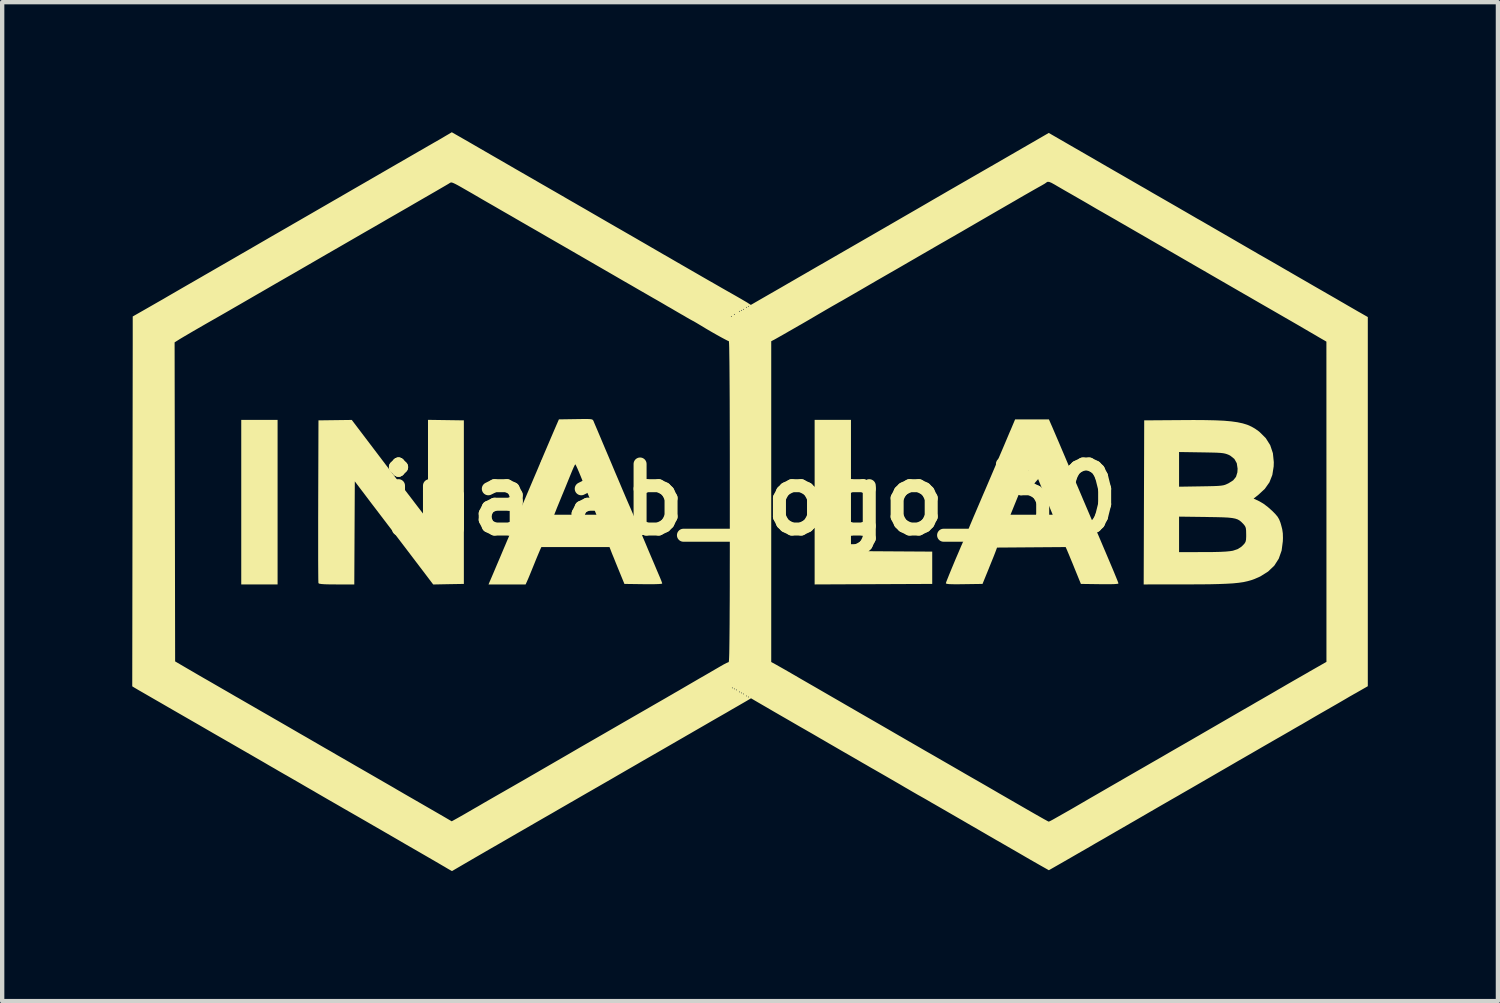
<source format=kicad_pcb>
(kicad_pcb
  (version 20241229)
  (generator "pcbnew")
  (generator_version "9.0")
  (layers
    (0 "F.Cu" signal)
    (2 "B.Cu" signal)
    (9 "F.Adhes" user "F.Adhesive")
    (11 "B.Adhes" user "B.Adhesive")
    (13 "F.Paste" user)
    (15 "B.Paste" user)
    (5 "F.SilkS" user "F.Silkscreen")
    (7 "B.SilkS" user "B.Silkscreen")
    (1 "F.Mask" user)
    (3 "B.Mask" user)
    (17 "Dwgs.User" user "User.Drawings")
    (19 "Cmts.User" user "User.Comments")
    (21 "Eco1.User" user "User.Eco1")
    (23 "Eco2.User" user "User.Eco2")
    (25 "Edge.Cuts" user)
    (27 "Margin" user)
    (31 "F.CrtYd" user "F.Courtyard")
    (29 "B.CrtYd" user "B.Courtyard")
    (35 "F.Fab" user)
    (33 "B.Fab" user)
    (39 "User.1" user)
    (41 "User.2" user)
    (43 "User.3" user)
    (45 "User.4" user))
  (footprint "inalab_logo_30"
    (layer "F.Cu")
    (at 14.248 8.473)
    (property "Reference" "inalab_logo_30" (at 0 0 0) (layer "F.SilkS") (effects (font (size 1.5 1.5) (thickness 0.3))))
    (attr board_only exclude_from_pos_files exclude_from_bom)
    (fp_poly (pts (xy -10.896 0.058) (xy -10.896 1.956) (xy -11.315 1.956) (xy -11.734 1.956) (xy -11.734 0.058) (xy -11.734 -1.839) (xy -11.315 -1.839) (xy -10.896 -1.839)) (stroke (width 0) (type solid)) (fill yes) (layer "F.SilkS"))
    (fp_poly (pts (xy 2.328 -0.326) (xy 2.328 1.187) (xy 3.265 1.193) (xy 4.202 1.199) (xy 4.202 1.571) (xy 4.202 1.944) (xy 2.846 1.95) (xy 1.49 1.956) (xy 1.49 0.058) (xy 1.49 -1.839) (xy 1.909 -1.839) (xy 2.328 -1.839)) (stroke (width 0) (type solid)) (fill yes) (layer "F.SilkS"))
    (fp_poly (pts (xy -7.014 -1.834) (xy -6.6 -1.828) (xy -6.6 0.058) (xy -6.6 1.944) (xy -6.954 1.95) (xy -7.307 1.957) (xy -7.506 1.694) (xy -7.704 1.434) (xy -7.918 1.152) (xy -8.137 0.865) (xy -8.35 0.586) (xy -8.532 0.347) (xy -8.63 0.218) (xy -8.732 0.085) (xy -8.828 -0.042) (xy -8.91 -0.151) (xy -8.96 -0.216) (xy -9.115 -0.421) (xy -9.121 0.767) (xy -9.127 1.956) (xy -9.535 1.956) (xy -9.693 1.955) (xy -9.809 1.952) (xy -9.888 1.946) (xy -9.935 1.938) (xy -9.953 1.927) (xy -9.954 1.927) (xy -9.955 1.899) (xy -9.957 1.829) (xy -9.958 1.719) (xy -9.959 1.573) (xy -9.96 1.395) (xy -9.96 1.189) (xy -9.96 0.957) (xy -9.96 0.703) (xy -9.96 0.431) (xy -9.959 0.145) (xy -9.959 0.035) (xy -9.953 -1.828) (xy -9.569 -1.833) (xy -9.185 -1.838) (xy -8.486 -0.917) (xy -8.341 -0.726) (xy -8.199 -0.539) (xy -8.063 -0.36) (xy -7.937 -0.194) (xy -7.824 -0.047) (xy -7.729 0.078) (xy -7.655 0.175) (xy -7.607 0.237) (xy -7.427 0.471) (xy -7.427 -0.685) (xy -7.427 -1.84)) (stroke (width 0) (type solid)) (fill yes) (layer "F.SilkS"))
    (fp_poly (pts (xy 6.949 -1.723) (xy 6.972 -1.671) (xy 7.01 -1.582) (xy 7.061 -1.463) (xy 7.123 -1.319) (xy 7.192 -1.156) (xy 7.267 -0.98) (xy 7.322 -0.85) (xy 7.433 -0.589) (xy 7.528 -0.365) (xy 7.611 -0.171) (xy 7.682 -0.003) (xy 7.746 0.147) (xy 7.804 0.283) (xy 7.859 0.412) (xy 7.914 0.541) (xy 7.97 0.674) (xy 8.032 0.818) (xy 8.101 0.98) (xy 8.179 1.164) (xy 8.182 1.17) (xy 8.256 1.345) (xy 8.324 1.506) (xy 8.384 1.648) (xy 8.433 1.767) (xy 8.47 1.858) (xy 8.492 1.915) (xy 8.498 1.933) (xy 8.475 1.942) (xy 8.407 1.948) (xy 8.297 1.951) (xy 8.146 1.951) (xy 8.064 1.95) (xy 7.631 1.944) (xy 7.493 1.606) (xy 7.443 1.482) (xy 7.395 1.367) (xy 7.355 1.269) (xy 7.326 1.201) (xy 7.318 1.181) (xy 7.28 1.094) (xy 6.488 1.1) (xy 5.697 1.106) (xy 5.667 1.187) (xy 5.648 1.237) (xy 5.615 1.321) (xy 5.572 1.427) (xy 5.523 1.548) (xy 5.5 1.606) (xy 5.362 1.944) (xy 4.939 1.95) (xy 4.78 1.952) (xy 4.663 1.951) (xy 4.583 1.948) (xy 4.536 1.941) (xy 4.517 1.932) (xy 4.517 1.928) (xy 4.525 1.9) (xy 4.55 1.837) (xy 4.587 1.744) (xy 4.634 1.629) (xy 4.688 1.499) (xy 4.746 1.36) (xy 4.806 1.221) (xy 4.863 1.086) (xy 4.917 0.964) (xy 4.952 0.885) (xy 4.99 0.799) (xy 5.025 0.716) (xy 5.041 0.675) (xy 5.052 0.647) (xy 5.064 0.616) (xy 5.081 0.575) (xy 5.104 0.521) (xy 5.135 0.447) (xy 5.176 0.35) (xy 5.177 0.349) (xy 6.007 0.349) (xy 6.494 0.349) (xy 6.981 0.349) (xy 6.831 -0.017) (xy 6.773 -0.16) (xy 6.713 -0.306) (xy 6.657 -0.443) (xy 6.611 -0.557) (xy 6.594 -0.599) (xy 6.556 -0.69) (xy 6.524 -0.762) (xy 6.502 -0.806) (xy 6.495 -0.815) (xy 6.482 -0.793) (xy 6.453 -0.73) (xy 6.408 -0.627) (xy 6.348 -0.485) (xy 6.274 -0.306) (xy 6.186 -0.091) (xy 6.085 0.157) (xy 6.052 0.239) (xy 6.007 0.349) (xy 5.177 0.349) (xy 5.23 0.225) (xy 5.298 0.066) (xy 5.371 -0.105) (xy 5.427 -0.234) (xy 5.494 -0.391) (xy 5.568 -0.564) (xy 5.642 -0.738) (xy 5.704 -0.885) (xy 5.77 -1.041) (xy 5.839 -1.202) (xy 5.904 -1.356) (xy 5.961 -1.491) (xy 6.005 -1.595) (xy 6.006 -1.595) (xy 6.114 -1.851) (xy 6.504 -1.851) (xy 6.893 -1.851)) (stroke (width 0) (type solid)) (fill yes) (layer "F.SilkS"))
    (fp_poly (pts (xy 10.499 -1.834) (xy 10.731 -1.829) (xy 10.929 -1.82) (xy 11.097 -1.805) (xy 11.24 -1.785) (xy 11.362 -1.759) (xy 11.467 -1.727) (xy 11.56 -1.686) (xy 11.645 -1.638) (xy 11.726 -1.581) (xy 11.752 -1.56) (xy 11.895 -1.418) (xy 11.997 -1.256) (xy 12.059 -1.071) (xy 12.08 -0.864) (xy 12.077 -0.765) (xy 12.046 -0.569) (xy 11.979 -0.399) (xy 11.873 -0.249) (xy 11.73 -0.116) (xy 11.614 -0.024) (xy 11.748 0.039) (xy 11.837 0.091) (xy 11.939 0.167) (xy 12.037 0.254) (xy 12.039 0.255) (xy 12.116 0.333) (xy 12.168 0.395) (xy 12.203 0.455) (xy 12.232 0.528) (xy 12.247 0.578) (xy 12.274 0.681) (xy 12.288 0.777) (xy 12.291 0.885) (xy 12.288 0.962) (xy 12.26 1.175) (xy 12.194 1.362) (xy 12.091 1.523) (xy 11.948 1.659) (xy 11.766 1.773) (xy 11.641 1.828) (xy 11.561 1.857) (xy 11.475 1.881) (xy 11.38 1.902) (xy 11.27 1.918) (xy 11.141 1.931) (xy 10.988 1.94) (xy 10.807 1.947) (xy 10.593 1.952) (xy 10.342 1.954) (xy 10.049 1.955) (xy 10.04 1.955) (xy 9.079 1.956) (xy 9.084 0.392) (xy 9.895 0.392) (xy 9.895 0.801) (xy 9.895 1.211) (xy 10.448 1.21) (xy 10.665 1.209) (xy 10.839 1.205) (xy 10.975 1.198) (xy 11.076 1.188) (xy 11.137 1.178) (xy 11.245 1.142) (xy 11.329 1.089) (xy 11.359 1.061) (xy 11.402 1.016) (xy 11.427 0.976) (xy 11.439 0.928) (xy 11.443 0.857) (xy 11.443 0.804) (xy 11.441 0.713) (xy 11.434 0.653) (xy 11.416 0.61) (xy 11.385 0.57) (xy 11.373 0.557) (xy 11.332 0.516) (xy 11.292 0.483) (xy 11.247 0.457) (xy 11.191 0.438) (xy 11.119 0.424) (xy 11.024 0.414) (xy 10.901 0.408) (xy 10.745 0.404) (xy 10.548 0.401) (xy 10.517 0.4) (xy 9.895 0.392) (xy 9.084 0.392) (xy 9.085 0.064) (xy 9.089 -1.098) (xy 9.895 -1.098) (xy 9.895 -0.698) (xy 9.895 -0.298) (xy 10.401 -0.306) (xy 10.567 -0.309) (xy 10.695 -0.312) (xy 10.79 -0.316) (xy 10.86 -0.322) (xy 10.913 -0.33) (xy 10.957 -0.342) (xy 10.997 -0.359) (xy 11.039 -0.379) (xy 11.143 -0.445) (xy 11.208 -0.525) (xy 11.24 -0.629) (xy 11.245 -0.714) (xy 11.226 -0.84) (xy 11.17 -0.939) (xy 11.074 -1.015) (xy 11.041 -1.032) (xy 11.001 -1.048) (xy 10.959 -1.061) (xy 10.909 -1.071) (xy 10.843 -1.078) (xy 10.753 -1.083) (xy 10.634 -1.086) (xy 10.477 -1.089) (xy 10.413 -1.09) (xy 9.895 -1.098) (xy 9.089 -1.098) (xy 9.091 -1.828) (xy 9.918 -1.834) (xy 10.23 -1.836)) (stroke (width 0) (type solid)) (fill yes) (layer "F.SilkS"))
    (fp_poly (pts (xy -3.704 -1.858) (xy -3.659 -1.853) (xy -3.633 -1.844) (xy -3.619 -1.83) (xy -3.609 -1.811) (xy -3.609 -1.811) (xy -3.593 -1.771) (xy -3.562 -1.698) (xy -3.52 -1.6) (xy -3.472 -1.486) (xy -3.449 -1.432) (xy -3.4 -1.315) (xy -3.337 -1.166) (xy -3.265 -0.997) (xy -3.189 -0.817) (xy -3.114 -0.638) (xy -3.075 -0.547) (xy -3.008 -0.389) (xy -2.944 -0.237) (xy -2.886 -0.101) (xy -2.837 0.014) (xy -2.8 0.099) (xy -2.782 0.14) (xy -2.759 0.192) (xy -2.721 0.281) (xy -2.67 0.401) (xy -2.608 0.545) (xy -2.539 0.707) (xy -2.465 0.881) (xy -2.419 0.989) (xy -2.345 1.166) (xy -2.274 1.333) (xy -2.209 1.485) (xy -2.154 1.616) (xy -2.11 1.719) (xy -2.08 1.789) (xy -2.07 1.813) (xy -2.044 1.877) (xy -2.028 1.924) (xy -2.025 1.936) (xy -2.048 1.942) (xy -2.11 1.947) (xy -2.205 1.95) (xy -2.327 1.951) (xy -2.461 1.95) (xy -2.897 1.944) (xy -3.045 1.583) (xy -3.096 1.458) (xy -3.142 1.343) (xy -3.181 1.249) (xy -3.207 1.182) (xy -3.216 1.158) (xy -3.241 1.094) (xy -4.026 1.094) (xy -4.812 1.094) (xy -4.842 1.158) (xy -4.861 1.203) (xy -4.894 1.281) (xy -4.936 1.382) (xy -4.982 1.496) (xy -4.994 1.525) (xy -5.041 1.641) (xy -5.084 1.746) (xy -5.119 1.83) (xy -5.143 1.884) (xy -5.146 1.892) (xy -5.176 1.956) (xy -5.603 1.956) (xy -6.031 1.956) (xy -5.999 1.88) (xy -5.978 1.832) (xy -5.944 1.752) (xy -5.899 1.647) (xy -5.849 1.528) (xy -5.823 1.467) (xy -5.769 1.341) (xy -5.719 1.222) (xy -5.676 1.12) (xy -5.644 1.046) (xy -5.635 1.024) (xy -5.603 0.948) (xy -5.561 0.851) (xy -5.52 0.757) (xy -5.495 0.698) (xy -5.454 0.601) (xy -5.399 0.472) (xy -5.346 0.349) (xy -4.516 0.349) (xy -4.029 0.349) (xy -3.542 0.349) (xy -3.669 0.041) (xy -3.728 -0.103) (xy -3.793 -0.262) (xy -3.856 -0.417) (xy -3.906 -0.541) (xy -3.949 -0.644) (xy -3.986 -0.73) (xy -4.014 -0.789) (xy -4.029 -0.814) (xy -4.03 -0.815) (xy -4.043 -0.795) (xy -4.07 -0.74) (xy -4.105 -0.659) (xy -4.139 -0.576) (xy -4.193 -0.444) (xy -4.253 -0.296) (xy -4.311 -0.155) (xy -4.332 -0.105) (xy -4.377 0.005) (xy -4.421 0.112) (xy -4.457 0.2) (xy -4.472 0.239) (xy -4.516 0.349) (xy -5.346 0.349) (xy -5.333 0.317) (xy -5.258 0.141) (xy -5.176 -0.051) (xy -5.09 -0.253) (xy -5.002 -0.461) (xy -4.914 -0.667) (xy -4.829 -0.868) (xy -4.749 -1.057) (xy -4.698 -1.176) (xy -4.643 -1.305) (xy -4.585 -1.441) (xy -4.531 -1.567) (xy -4.494 -1.653) (xy -4.408 -1.851) (xy -4.02 -1.857) (xy -3.877 -1.859) (xy -3.774 -1.86)) (stroke (width 0) (type solid)) (fill yes) (layer "F.SilkS"))
    (fp_poly (pts (xy -6.623 -8.327) (xy -6.525 -8.271) (xy -6.397 -8.197) (xy -6.25 -8.112) (xy -6.093 -8.021) (xy -5.937 -7.931) (xy -5.89 -7.904) (xy -5.732 -7.813) (xy -5.566 -7.717) (xy -5.404 -7.623) (xy -5.256 -7.538) (xy -5.134 -7.468) (xy -5.11 -7.454) (xy -4.979 -7.379) (xy -4.84 -7.298) (xy -4.707 -7.222) (xy -4.597 -7.158) (xy -4.586 -7.152) (xy -4.478 -7.09) (xy -4.346 -7.014) (xy -4.207 -6.933) (xy -4.077 -6.858) (xy -4.074 -6.857) (xy -3.945 -6.782) (xy -3.805 -6.702) (xy -3.673 -6.625) (xy -3.564 -6.562) (xy -3.562 -6.561) (xy -3.41 -6.473) (xy -3.256 -6.384) (xy -3.109 -6.299) (xy -2.976 -6.223) (xy -2.867 -6.16) (xy -2.789 -6.115) (xy -2.782 -6.111) (xy -2.721 -6.076) (xy -2.634 -6.026) (xy -2.535 -5.968) (xy -2.479 -5.936) (xy -2.387 -5.883) (xy -2.267 -5.813) (xy -2.13 -5.734) (xy -1.989 -5.652) (xy -1.897 -5.6) (xy -1.746 -5.512) (xy -1.571 -5.411) (xy -1.389 -5.306) (xy -1.217 -5.207) (xy -1.129 -5.156) (xy -0.978 -5.069) (xy -0.813 -4.975) (xy -0.65 -4.881) (xy -0.502 -4.797) (xy -0.419 -4.75) (xy -0.305 -4.685) (xy -0.201 -4.625) (xy -0.116 -4.575) (xy -0.058 -4.541) (xy -0.043 -4.531) (xy 0.019 -4.491) (xy 0.411 -4.717) (xy 0.561 -4.803) (xy 0.723 -4.896) (xy 0.883 -4.989) (xy 1.027 -5.072) (xy 1.106 -5.118) (xy 1.247 -5.199) (xy 1.406 -5.291) (xy 1.563 -5.382) (xy 1.7 -5.46) (xy 2.206 -5.752) (xy 2.687 -6.029) (xy 3.139 -6.29) (xy 3.557 -6.532) (xy 3.888 -6.723) (xy 4.064 -6.825) (xy 4.242 -6.929) (xy 4.414 -7.028) (xy 4.572 -7.12) (xy 4.708 -7.198) (xy 4.815 -7.26) (xy 4.843 -7.276) (xy 5.093 -7.42) (xy 5.362 -7.575) (xy 5.637 -7.733) (xy 5.909 -7.89) (xy 6.165 -8.038) (xy 6.397 -8.172) (xy 6.477 -8.218) (xy 6.89 -8.457) (xy 7.304 -8.218) (xy 7.453 -8.132) (xy 7.611 -8.041) (xy 7.765 -7.952) (xy 7.903 -7.873) (xy 7.997 -7.818) (xy 8.104 -7.756) (xy 8.239 -7.678) (xy 8.393 -7.589) (xy 8.555 -7.496) (xy 8.713 -7.405) (xy 8.749 -7.384) (xy 8.886 -7.305) (xy 9.014 -7.231) (xy 9.125 -7.168) (xy 9.212 -7.117) (xy 9.268 -7.084) (xy 9.284 -7.075) (xy 9.329 -7.049) (xy 9.404 -7.006) (xy 9.498 -6.952) (xy 9.592 -6.898) (xy 9.715 -6.827) (xy 9.851 -6.749) (xy 9.978 -6.675) (xy 10.046 -6.636) (xy 10.146 -6.578) (xy 10.241 -6.523) (xy 10.318 -6.478) (xy 10.349 -6.461) (xy 10.432 -6.414) (xy 10.549 -6.346) (xy 10.696 -6.261) (xy 10.867 -6.162) (xy 11.056 -6.053) (xy 11.257 -5.936) (xy 11.466 -5.815) (xy 11.536 -5.774) (xy 11.636 -5.717) (xy 11.731 -5.661) (xy 11.809 -5.617) (xy 11.839 -5.6) (xy 11.897 -5.567) (xy 11.984 -5.517) (xy 12.085 -5.459) (xy 12.165 -5.413) (xy 12.297 -5.336) (xy 12.46 -5.242) (xy 12.641 -5.137) (xy 12.832 -5.027) (xy 13.02 -4.918) (xy 13.142 -4.848) (xy 13.231 -4.797) (xy 13.319 -4.746) (xy 13.375 -4.714) (xy 13.436 -4.679) (xy 13.523 -4.629) (xy 13.622 -4.571) (xy 13.678 -4.539) (xy 13.793 -4.472) (xy 13.918 -4.4) (xy 14.032 -4.334) (xy 14.068 -4.314) (xy 14.248 -4.211) (xy 14.248 0.046) (xy 14.248 4.303) (xy 14.114 4.38) (xy 14.037 4.424) (xy 13.971 4.462) (xy 13.934 4.482) (xy 13.896 4.504) (xy 13.827 4.543) (xy 13.739 4.595) (xy 13.655 4.644) (xy 13.531 4.716) (xy 13.388 4.798) (xy 13.249 4.878) (xy 13.177 4.919) (xy 13.075 4.978) (xy 12.98 5.033) (xy 12.905 5.077) (xy 12.863 5.102) (xy 12.799 5.139) (xy 12.721 5.185) (xy 12.688 5.203) (xy 12.611 5.247) (xy 12.538 5.289) (xy 12.514 5.303) (xy 12.467 5.331) (xy 12.39 5.375) (xy 12.293 5.431) (xy 12.189 5.491) (xy 12.188 5.491) (xy 12.061 5.564) (xy 11.922 5.644) (xy 11.79 5.72) (xy 11.711 5.766) (xy 11.609 5.825) (xy 11.512 5.881) (xy 11.432 5.927) (xy 11.396 5.948) (xy 11.349 5.975) (xy 11.268 6.021) (xy 11.162 6.083) (xy 11.038 6.155) (xy 10.903 6.233) (xy 10.849 6.264) (xy 10.587 6.416) (xy 10.364 6.545) (xy 10.181 6.651) (xy 10.036 6.734) (xy 9.93 6.795) (xy 9.9 6.813) (xy 9.823 6.857) (xy 9.716 6.918) (xy 9.588 6.992) (xy 9.447 7.073) (xy 9.304 7.156) (xy 9.169 7.234) (xy 9.144 7.249) (xy 9.026 7.317) (xy 8.89 7.396) (xy 8.756 7.473) (xy 8.696 7.508) (xy 8.595 7.566) (xy 8.503 7.619) (xy 8.43 7.661) (xy 8.393 7.683) (xy 8.344 7.711) (xy 8.266 7.756) (xy 8.172 7.811) (xy 8.102 7.851) (xy 7.981 7.92) (xy 7.843 8.001) (xy 7.708 8.079) (xy 7.648 8.113) (xy 7.528 8.182) (xy 7.388 8.263) (xy 7.247 8.344) (xy 7.153 8.398) (xy 6.892 8.547) (xy 6.699 8.438) (xy 6.606 8.385) (xy 6.52 8.336) (xy 6.455 8.299) (xy 6.437 8.288) (xy 6.388 8.26) (xy 6.311 8.215) (xy 6.216 8.16) (xy 6.14 8.116) (xy 6.015 8.044) (xy 5.873 7.962) (xy 5.738 7.884) (xy 5.686 7.855) (xy 5.587 7.797) (xy 5.496 7.745) (xy 5.424 7.703) (xy 5.39 7.683) (xy 5.334 7.651) (xy 5.255 7.605) (xy 5.17 7.555) (xy 5.168 7.555) (xy 5.083 7.506) (xy 5.004 7.46) (xy 4.948 7.427) (xy 4.947 7.427) (xy 4.898 7.398) (xy 4.821 7.354) (xy 4.726 7.299) (xy 4.65 7.255) (xy 4.525 7.183) (xy 4.383 7.101) (xy 4.248 7.023) (xy 4.196 6.994) (xy 4.094 6.934) (xy 3.996 6.878) (xy 3.916 6.833) (xy 3.876 6.811) (xy 3.816 6.776) (xy 3.729 6.726) (xy 3.63 6.668) (xy 3.574 6.636) (xy 3.462 6.57) (xy 3.329 6.493) (xy 3.196 6.416) (xy 3.12 6.372) (xy 3.017 6.313) (xy 2.923 6.259) (xy 2.848 6.216) (xy 2.805 6.192) (xy 2.757 6.164) (xy 2.68 6.119) (xy 2.585 6.065) (xy 2.503 6.017) (xy 2.285 5.891) (xy 2.1 5.785) (xy 1.942 5.693) (xy 1.803 5.613) (xy 1.677 5.539) (xy 1.641 5.519) (xy 1.542 5.461) (xy 1.446 5.405) (xy 1.369 5.361) (xy 1.339 5.344) (xy 1.263 5.3) (xy 1.154 5.238) (xy 1.021 5.161) (xy 0.871 5.074) (xy 0.711 4.982) (xy 0.55 4.889) (xy 0.396 4.799) (xy 0.256 4.718) (xy 0.192 4.681) (xy 0.023 4.582) (xy -0.064 4.634) (xy -0.11 4.661) (xy -0.188 4.706) (xy -0.293 4.767) (xy -0.417 4.838) (xy -0.552 4.917) (xy -0.617 4.954) (xy -0.767 5.04) (xy -0.918 5.127) (xy -1.061 5.21) (xy -1.186 5.282) (xy -1.283 5.338) (xy -1.304 5.35) (xy -1.374 5.391) (xy -1.453 5.436) (xy -1.544 5.489) (xy -1.652 5.551) (xy -1.78 5.625) (xy -1.934 5.714) (xy -2.116 5.819) (xy -2.332 5.943) (xy -2.503 6.041) (xy -2.602 6.099) (xy -2.727 6.171) (xy -2.864 6.25) (xy -2.997 6.327) (xy -3.027 6.344) (xy -3.157 6.42) (xy -3.294 6.499) (xy -3.423 6.573) (xy -3.53 6.635) (xy -3.55 6.646) (xy -3.64 6.698) (xy -3.759 6.766) (xy -3.896 6.845) (xy -4.039 6.928) (xy -4.156 6.995) (xy -4.256 7.053) (xy -4.392 7.131) (xy -4.555 7.226) (xy -4.742 7.333) (xy -4.945 7.45) (xy -5.159 7.574) (xy -5.378 7.7) (xy -5.596 7.826) (xy -5.599 7.828) (xy -5.805 7.947) (xy -6.002 8.06) (xy -6.185 8.166) (xy -6.351 8.262) (xy -6.495 8.346) (xy -6.612 8.414) (xy -6.699 8.465) (xy -6.751 8.495) (xy -6.759 8.5) (xy -6.821 8.536) (xy -6.863 8.561) (xy -6.875 8.566) (xy -6.896 8.555) (xy -6.947 8.526) (xy -7.017 8.485) (xy -7.031 8.476) (xy -7.097 8.438) (xy -7.194 8.381) (xy -7.315 8.311) (xy -7.451 8.232) (xy -7.593 8.15) (xy -7.636 8.125) (xy -7.792 8.035) (xy -7.957 7.94) (xy -8.118 7.846) (xy -8.265 7.761) (xy -8.384 7.692) (xy -8.393 7.687) (xy -8.543 7.6) (xy -8.686 7.518) (xy -8.831 7.434) (xy -8.987 7.344) (xy -9.163 7.243) (xy -9.369 7.125) (xy -9.417 7.097) (xy -9.557 7.016) (xy -9.718 6.924) (xy -9.88 6.83) (xy -10.025 6.746) (xy -10.034 6.74) (xy -10.229 6.628) (xy -10.388 6.535) (xy -10.517 6.461) (xy -10.621 6.401) (xy -10.706 6.352) (xy -10.721 6.344) (xy -10.782 6.309) (xy -10.869 6.259) (xy -10.968 6.201) (xy -11.024 6.169) (xy -11.092 6.13) (xy -11.175 6.081) (xy -11.277 6.022) (xy -11.4 5.951) (xy -11.545 5.867) (xy -11.716 5.769) (xy -11.915 5.654) (xy -12.143 5.523) (xy -12.404 5.373) (xy -12.699 5.202) (xy -13.031 5.011) (xy -13.201 4.913) (xy -13.394 4.802) (xy -13.575 4.697) (xy -13.742 4.601) (xy -13.889 4.516) (xy -14.012 4.445) (xy -14.108 4.39) (xy -14.17 4.353) (xy -14.196 4.338) (xy -14.248 4.306) (xy -14.242 0.041) (xy -14.237 -3.627) (xy -13.271 -3.627) (xy -13.265 0.052) (xy -13.259 3.731) (xy -12.979 3.895) (xy -12.853 3.968) (xy -12.718 4.047) (xy -12.59 4.121) (xy -12.49 4.178) (xy -12.407 4.226) (xy -12.293 4.292) (xy -12.158 4.37) (xy -12.01 4.455) (xy -11.859 4.543) (xy -11.804 4.574) (xy -11.638 4.67) (xy -11.457 4.774) (xy -11.274 4.88) (xy -11.103 4.978) (xy -10.958 5.062) (xy -10.942 5.071) (xy -10.72 5.199) (xy -10.532 5.308) (xy -10.372 5.401) (xy -10.232 5.481) (xy -10.108 5.553) (xy -9.992 5.62) (xy -9.901 5.673) (xy -9.79 5.737) (xy -9.655 5.814) (xy -9.515 5.896) (xy -9.384 5.971) (xy -9.382 5.972) (xy -9.252 6.047) (xy -9.111 6.129) (xy -8.977 6.206) (xy -8.866 6.27) (xy -8.864 6.271) (xy -8.739 6.343) (xy -8.597 6.425) (xy -8.462 6.503) (xy -8.41 6.533) (xy -8.311 6.59) (xy -8.219 6.643) (xy -8.148 6.685) (xy -8.114 6.705) (xy -8.065 6.733) (xy -7.988 6.778) (xy -7.893 6.833) (xy -7.811 6.88) (xy -7.594 7.005) (xy -7.35 7.146) (xy -7.09 7.296) (xy -7.008 7.344) (xy -6.88 7.419) (xy -6.752 7.348) (xy -6.688 7.312) (xy -6.593 7.258) (xy -6.479 7.192) (xy -6.355 7.12) (xy -6.274 7.074) (xy -6.129 6.989) (xy -5.967 6.896) (xy -5.807 6.804) (xy -5.665 6.723) (xy -5.622 6.698) (xy -5.506 6.632) (xy -5.362 6.549) (xy -5.201 6.457) (xy -5.036 6.361) (xy -4.879 6.271) (xy -4.866 6.263) (xy -4.512 6.058) (xy -4.192 5.873) (xy -3.9 5.703) (xy -3.627 5.546) (xy -3.368 5.397) (xy -3.117 5.252) (xy -2.866 5.107) (xy -2.609 4.959) (xy -2.386 4.831) (xy -2.222 4.736) (xy -2.053 4.639) (xy -1.902 4.552) (xy -0.047 4.552) (xy -0.035 4.563) (xy -0.023 4.552) (xy -0.035 4.54) (xy -0.047 4.552) (xy -1.902 4.552) (xy -1.891 4.545) (xy -1.861 4.528) (xy -0.093 4.528) (xy -0.081 4.54) (xy -0.07 4.528) (xy -0.081 4.517) (xy -0.093 4.528) (xy -1.861 4.528) (xy -1.781 4.482) (xy -0.163 4.482) (xy -0.151 4.493) (xy -0.14 4.482) (xy -0.151 4.47) (xy -0.163 4.482) (xy -1.781 4.482) (xy -1.744 4.46) (xy -1.741 4.458) (xy -0.21 4.458) (xy -0.198 4.47) (xy -0.186 4.458) (xy -0.198 4.447) (xy -0.21 4.458) (xy -1.741 4.458) (xy -1.7 4.435) (xy -0.256 4.435) (xy -0.244 4.447) (xy -0.233 4.435) (xy -0.244 4.423) (xy -0.256 4.435) (xy -1.7 4.435) (xy -1.62 4.389) (xy -1.62 4.389) (xy -0.326 4.389) (xy -0.314 4.4) (xy -0.303 4.389) (xy -0.314 4.377) (xy -0.326 4.389) (xy -1.62 4.389) (xy -1.58 4.365) (xy -0.373 4.365) (xy -0.361 4.377) (xy -0.349 4.365) (xy -0.361 4.354) (xy -0.373 4.365) (xy -1.58 4.365) (xy -1.548 4.347) (xy -1.54 4.342) (xy -0.419 4.342) (xy -0.407 4.354) (xy -0.396 4.342) (xy -0.407 4.33) (xy -0.419 4.342) (xy -1.54 4.342) (xy -1.422 4.273) (xy -1.286 4.194) (xy -1.159 4.12) (xy -1.059 4.063) (xy -0.947 3.998) (xy -0.827 3.928) (xy -0.72 3.866) (xy -0.684 3.845) (xy -0.605 3.8) (xy -0.539 3.766) (xy -0.498 3.749) (xy -0.492 3.748) (xy -0.491 3.745) (xy 0.489 3.745) (xy 0.611 3.812) (xy 0.676 3.849) (xy 0.77 3.902) (xy 0.882 3.966) (xy 1.001 4.035) (xy 1.036 4.055) (xy 1.178 4.138) (xy 1.341 4.232) (xy 1.503 4.325) (xy 1.641 4.405) (xy 1.774 4.482) (xy 1.916 4.564) (xy 2.053 4.643) (xy 2.167 4.709) (xy 2.177 4.715) (xy 2.288 4.779) (xy 2.423 4.857) (xy 2.566 4.94) (xy 2.7 5.017) (xy 2.712 5.024) (xy 2.83 5.092) (xy 2.976 5.176) (xy 3.137 5.269) (xy 3.301 5.364) (xy 3.456 5.454) (xy 3.457 5.454) (xy 3.66 5.572) (xy 3.85 5.681) (xy 4.036 5.789) (xy 4.227 5.898) (xy 4.431 6.016) (xy 4.657 6.146) (xy 4.913 6.294) (xy 4.947 6.314) (xy 5.105 6.405) (xy 5.273 6.501) (xy 5.438 6.596) (xy 5.588 6.683) (xy 5.712 6.755) (xy 5.727 6.764) (xy 5.991 6.916) (xy 6.216 7.046) (xy 6.405 7.155) (xy 6.56 7.244) (xy 6.683 7.314) (xy 6.775 7.366) (xy 6.839 7.401) (xy 6.876 7.421) (xy 6.889 7.426) (xy 6.915 7.416) (xy 6.969 7.388) (xy 7.019 7.36) (xy 7.398 7.145) (xy 7.694 6.973) (xy 7.754 6.938) (xy 7.85 6.882) (xy 7.977 6.809) (xy 8.131 6.72) (xy 8.307 6.618) (xy 8.5 6.507) (xy 8.707 6.387) (xy 8.923 6.263) (xy 9.045 6.193) (xy 9.263 6.067) (xy 9.476 5.945) (xy 9.677 5.828) (xy 9.863 5.721) (xy 10.03 5.625) (xy 10.173 5.543) (xy 10.286 5.477) (xy 10.367 5.431) (xy 10.395 5.414) (xy 10.734 5.218) (xy 11.057 5.031) (xy 11.361 4.855) (xy 11.536 4.755) (xy 11.676 4.673) (xy 11.79 4.608) (xy 11.883 4.554) (xy 11.963 4.508) (xy 12.036 4.466) (xy 12.108 4.424) (xy 12.186 4.378) (xy 12.258 4.337) (xy 12.376 4.268) (xy 12.52 4.185) (xy 12.677 4.095) (xy 12.831 4.007) (xy 12.915 3.958) (xy 13.294 3.742) (xy 13.294 0.049) (xy 13.293 -3.644) (xy 13.23 -3.681) (xy 13.186 -3.706) (xy 13.112 -3.749) (xy 13.017 -3.805) (xy 12.91 -3.867) (xy 12.886 -3.881) (xy 12.78 -3.943) (xy 12.645 -4.022) (xy 12.491 -4.111) (xy 12.329 -4.204) (xy 12.17 -4.296) (xy 12.13 -4.319) (xy 11.979 -4.406) (xy 11.826 -4.494) (xy 11.682 -4.577) (xy 11.556 -4.65) (xy 11.458 -4.707) (xy 11.431 -4.722) (xy 11.307 -4.793) (xy 11.167 -4.874) (xy 11.034 -4.951) (xy 10.989 -4.977) (xy 10.89 -5.034) (xy 10.8 -5.086) (xy 10.729 -5.127) (xy 10.698 -5.145) (xy 10.649 -5.173) (xy 10.572 -5.218) (xy 10.477 -5.273) (xy 10.395 -5.32) (xy 10.272 -5.391) (xy 10.134 -5.471) (xy 10.004 -5.546) (xy 9.947 -5.579) (xy 9.828 -5.648) (xy 9.691 -5.727) (xy 9.558 -5.804) (xy 9.505 -5.835) (xy 9.405 -5.892) (xy 9.314 -5.945) (xy 9.242 -5.986) (xy 9.208 -6.006) (xy 9.159 -6.035) (xy 9.082 -6.079) (xy 8.987 -6.134) (xy 8.905 -6.181) (xy 8.781 -6.253) (xy 8.641 -6.334) (xy 8.508 -6.41) (xy 8.451 -6.444) (xy 8.349 -6.502) (xy 8.252 -6.558) (xy 8.173 -6.603) (xy 8.137 -6.624) (xy 8.076 -6.658) (xy 7.989 -6.708) (xy 7.89 -6.766) (xy 7.834 -6.799) (xy 7.719 -6.866) (xy 7.585 -6.943) (xy 7.453 -7.019) (xy 7.392 -7.054) (xy 7.283 -7.116) (xy 7.176 -7.178) (xy 7.083 -7.232) (xy 7.036 -7.26) (xy 6.951 -7.307) (xy 6.895 -7.329) (xy 6.857 -7.329) (xy 6.832 -7.312) (xy 6.8 -7.289) (xy 6.742 -7.255) (xy 6.705 -7.234) (xy 6.642 -7.199) (xy 6.55 -7.147) (xy 6.438 -7.083) (xy 6.317 -7.014) (xy 6.198 -6.945) (xy 6.092 -6.883) (xy 6.065 -6.868) (xy 6.016 -6.839) (xy 5.939 -6.795) (xy 5.844 -6.74) (xy 5.762 -6.693) (xy 5.634 -6.619) (xy 5.498 -6.54) (xy 5.346 -6.452) (xy 5.172 -6.351) (xy 4.967 -6.232) (xy 4.883 -6.183) (xy 4.785 -6.127) (xy 4.692 -6.073) (xy 4.618 -6.031) (xy 4.592 -6.016) (xy 4.518 -5.973) (xy 4.412 -5.913) (xy 4.284 -5.839) (xy 4.143 -5.757) (xy 3.997 -5.673) (xy 3.855 -5.591) (xy 3.83 -5.576) (xy 3.674 -5.486) (xy 3.519 -5.396) (xy 3.372 -5.311) (xy 3.241 -5.236) (xy 3.135 -5.175) (xy 3.062 -5.133) (xy 3.001 -5.098) (xy 2.914 -5.048) (xy 2.815 -4.99) (xy 2.759 -4.958) (xy 2.572 -4.849) (xy 2.401 -4.75) (xy 2.252 -4.664) (xy 2.131 -4.594) (xy 2.041 -4.544) (xy 2.014 -4.528) (xy 1.963 -4.499) (xy 1.88 -4.452) (xy 1.775 -4.391) (xy 1.657 -4.322) (xy 1.571 -4.272) (xy 1.454 -4.203) (xy 1.348 -4.141) (xy 1.26 -4.09) (xy 1.2 -4.055) (xy 1.176 -4.041) (xy 1.138 -4.02) (xy 1.07 -3.981) (xy 0.98 -3.929) (xy 0.878 -3.871) (xy 0.867 -3.864) (xy 0.762 -3.804) (xy 0.668 -3.751) (xy 0.594 -3.709) (xy 0.549 -3.684) (xy 0.546 -3.683) (xy 0.489 -3.653) (xy 0.489 0.046) (xy 0.489 3.745) (xy -0.491 3.745) (xy -0.489 3.736) (xy -0.485 3.7) (xy -0.482 3.636) (xy -0.479 3.545) (xy -0.477 3.425) (xy -0.475 3.273) (xy -0.473 3.089) (xy -0.471 2.872) (xy -0.47 2.618) (xy -0.468 2.328) (xy -0.467 2) (xy -0.467 1.631) (xy -0.466 1.222) (xy -0.466 0.769) (xy -0.466 0.272) (xy -0.466 0.047) (xy -0.466 -0.517) (xy -0.466 -1.035) (xy -0.467 -1.505) (xy -0.468 -1.929) (xy -0.469 -2.307) (xy -0.471 -2.638) (xy -0.473 -2.923) (xy -0.475 -3.16) (xy -0.478 -3.352) (xy -0.48 -3.497) (xy -0.483 -3.595) (xy -0.487 -3.647) (xy -0.489 -3.655) (xy -0.518 -3.666) (xy -0.58 -3.698) (xy -0.668 -3.745) (xy -0.774 -3.804) (xy -0.892 -3.871) (xy -1.013 -3.942) (xy -1.132 -4.014) (xy -1.149 -4.024) (xy -1.224 -4.069) (xy -1.282 -4.103) (xy -1.312 -4.12) (xy -1.315 -4.121) (xy -1.336 -4.132) (xy -1.39 -4.162) (xy -1.469 -4.207) (xy -1.5 -4.226) (xy -0.442 -4.226) (xy -0.431 -4.214) (xy -0.419 -4.226) (xy -0.431 -4.237) (xy -0.442 -4.226) (xy -1.5 -4.226) (xy -1.564 -4.263) (xy -1.581 -4.272) (xy -0.373 -4.272) (xy -0.361 -4.26) (xy -0.349 -4.272) (xy -0.361 -4.284) (xy -0.373 -4.272) (xy -1.581 -4.272) (xy -1.586 -4.275) (xy -1.698 -4.34) (xy -1.701 -4.342) (xy -0.256 -4.342) (xy -0.244 -4.33) (xy -0.233 -4.342) (xy -0.244 -4.354) (xy -0.256 -4.342) (xy -1.701 -4.342) (xy -1.741 -4.365) (xy -0.21 -4.365) (xy -0.198 -4.354) (xy -0.186 -4.365) (xy -0.198 -4.377) (xy -0.21 -4.365) (xy -1.741 -4.365) (xy -1.781 -4.389) (xy -0.163 -4.389) (xy -0.151 -4.377) (xy -0.14 -4.389) (xy -0.151 -4.4) (xy -0.163 -4.389) (xy -1.781 -4.389) (xy -1.836 -4.421) (xy -1.861 -4.435) (xy -0.093 -4.435) (xy -0.081 -4.423) (xy -0.07 -4.435) (xy -0.081 -4.447) (xy -0.093 -4.435) (xy -1.861 -4.435) (xy -1.902 -4.458) (xy -0.047 -4.458) (xy -0.035 -4.447) (xy -0.023 -4.458) (xy -0.035 -4.47) (xy -0.047 -4.458) (xy -1.902 -4.458) (xy -1.988 -4.509) (xy -2.14 -4.597) (xy -2.235 -4.651) (xy -2.394 -4.743) (xy -2.56 -4.838) (xy -2.737 -4.941) (xy -2.931 -5.052) (xy -3.146 -5.177) (xy -3.387 -5.316) (xy -3.66 -5.474) (xy -3.911 -5.619) (xy -4.134 -5.748) (xy -4.328 -5.86) (xy -4.502 -5.96) (xy -4.667 -6.055) (xy -4.834 -6.152) (xy -5.013 -6.255) (xy -5.099 -6.304) (xy -5.197 -6.361) (xy -5.288 -6.413) (xy -5.358 -6.454) (xy -5.39 -6.472) (xy -5.439 -6.501) (xy -5.517 -6.546) (xy -5.611 -6.6) (xy -5.681 -6.64) (xy -5.785 -6.7) (xy -5.914 -6.775) (xy -6.054 -6.855) (xy -6.189 -6.933) (xy -6.216 -6.949) (xy -6.396 -7.054) (xy -6.541 -7.137) (xy -6.654 -7.202) (xy -6.739 -7.25) (xy -6.802 -7.283) (xy -6.846 -7.303) (xy -6.875 -7.313) (xy -6.895 -7.315) (xy -6.909 -7.311) (xy -6.923 -7.303) (xy -6.926 -7.301) (xy -6.96 -7.28) (xy -7.028 -7.24) (xy -7.121 -7.186) (xy -7.234 -7.12) (xy -7.359 -7.048) (xy -7.369 -7.042) (xy -7.501 -6.966) (xy -7.629 -6.892) (xy -7.743 -6.826) (xy -7.834 -6.773) (xy -7.892 -6.739) (xy -7.969 -6.695) (xy -8.07 -6.637) (xy -8.179 -6.574) (xy -8.242 -6.538) (xy -8.345 -6.479) (xy -8.487 -6.396) (xy -8.669 -6.291) (xy -8.891 -6.164) (xy -9.152 -6.013) (xy -9.453 -5.839) (xy -9.795 -5.642) (xy -10.104 -5.463) (xy -10.303 -5.348) (xy -10.519 -5.223) (xy -10.746 -5.093) (xy -10.975 -4.961) (xy -11.199 -4.831) (xy -11.411 -4.709) (xy -11.604 -4.597) (xy -11.77 -4.501) (xy -11.885 -4.435) (xy -11.968 -4.387) (xy -12.082 -4.321) (xy -12.218 -4.243) (xy -12.367 -4.158) (xy -12.518 -4.072) (xy -12.572 -4.041) (xy -12.714 -3.959) (xy -12.849 -3.881) (xy -12.97 -3.81) (xy -13.069 -3.752) (xy -13.139 -3.71) (xy -13.16 -3.697) (xy -13.271 -3.627) (xy -14.237 -3.627) (xy -14.237 -4.224) (xy -13.946 -4.39) (xy -13.815 -4.465) (xy -13.674 -4.546) (xy -13.539 -4.623) (xy -13.428 -4.688) (xy -13.428 -4.688) (xy -13.236 -4.799) (xy -13.079 -4.89) (xy -12.949 -4.965) (xy -12.839 -5.028) (xy -12.744 -5.083) (xy -12.657 -5.133) (xy -12.571 -5.183) (xy -12.48 -5.235) (xy -12.456 -5.249) (xy -12.352 -5.309) (xy -12.217 -5.387) (xy -12.062 -5.476) (xy -11.896 -5.572) (xy -11.729 -5.669) (xy -11.629 -5.726) (xy -11.472 -5.817) (xy -11.317 -5.907) (xy -11.17 -5.992) (xy -11.041 -6.067) (xy -10.938 -6.126) (xy -10.884 -6.157) (xy -10.794 -6.209) (xy -10.674 -6.278) (xy -10.538 -6.357) (xy -10.395 -6.439) (xy -10.285 -6.503) (xy -10.125 -6.595) (xy -9.942 -6.701) (xy -9.755 -6.809) (xy -9.582 -6.909) (xy -9.505 -6.953) (xy -9.16 -7.153) (xy -8.846 -7.334) (xy -8.564 -7.497) (xy -8.317 -7.64) (xy -8.106 -7.762) (xy -7.933 -7.861) (xy -7.927 -7.865) (xy -7.797 -7.94) (xy -7.657 -8.021) (xy -7.524 -8.097) (xy -7.415 -8.161) (xy -7.403 -8.167) (xy -7.275 -8.241) (xy -7.178 -8.296) (xy -7.106 -8.338) (xy -7.049 -8.372) (xy -7 -8.401) (xy -6.96 -8.424) (xy -6.878 -8.473)) (stroke (width 0) (type solid)) (fill yes) (layer "F.SilkS")))
  (gr_rect
    (start -3 -3)
    (end 31.497 20.039)
    (stroke (width 0.1) (type default))
    (fill no)
    (layer "Edge.Cuts")))
</source>
